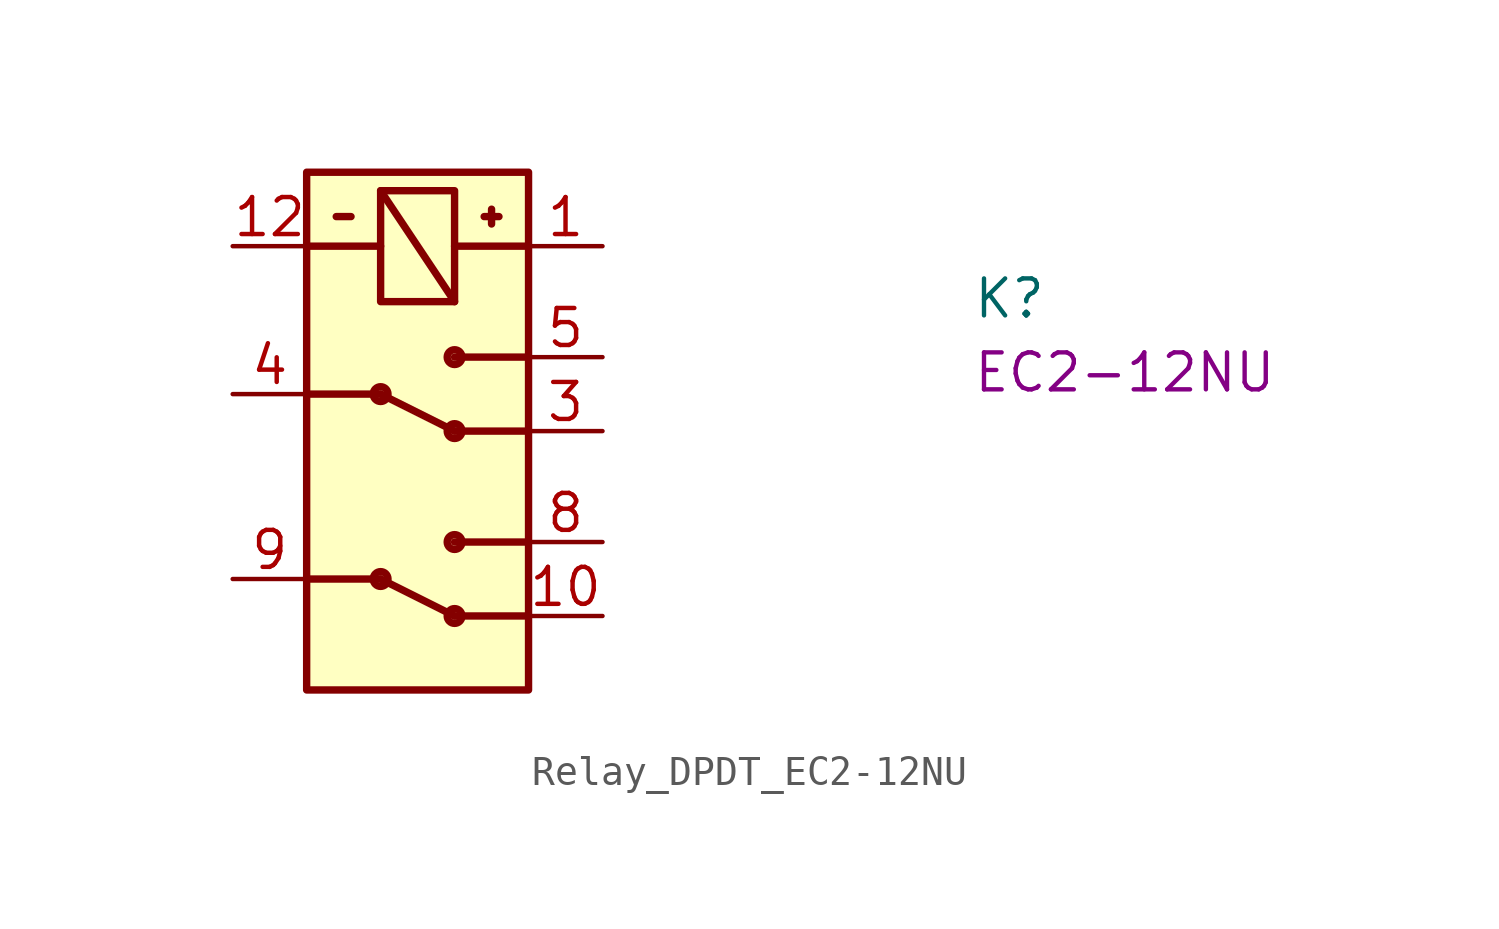
<source format=kicad_sym>
(kicad_symbol_lib
  (version 20220914)
  (generator kicad_symbol_editor)
  (symbol "Relay_DPDT_EC2-12NU"
    (pin_names hide)
    (property "Reference" "K"
      (at 25.4 -2.54 0)
      (effects (font (size 1.27 1.27) (thickness 0.15)) (justify left bottom)))
    (property "MPN" "EC2-12NU"
      (at 25.4 -5.08 0)
      (effects (font (size 1.27 1.27) (thickness 0.15)) (justify left bottom)))
    (symbol "Relay_DPDT_EC2-12NU_1_1"
      (polyline (pts (xy 2.54 -11.43) (xy 5.08 -11.43)) (stroke (width 0.254) (type default)) (fill (type background)))
      (polyline (pts (xy 2.54 -5.08) (xy 5.08 -5.08)) (stroke (width 0.254) (type default)) (fill (type background)))
      (polyline (pts (xy 2.54 0) (xy 5.08 0)) (stroke (width 0.254) (type default)) (fill (type background)))
      (polyline (pts (xy 3.556 1.016) (xy 4.064 1.016)) (stroke (width 0.254) (type default)) (fill (type background)))
      (polyline (pts (xy 5.08 -11.43) (xy 7.62 -12.7)) (stroke (width 0.254) (type default)) (fill (type background)))
      (polyline (pts (xy 5.08 -5.08) (xy 7.62 -6.35)) (stroke (width 0.254) (type default)) (fill (type background)))
      (polyline (pts (xy 5.08 1.905) (xy 7.62 -1.905)) (stroke (width 0.254) (type default)) (fill (type background)))
      (polyline (pts (xy 7.62 0) (xy 10.16 0)) (stroke (width 0.254) (type default)) (fill (type background)))
      (polyline (pts (xy 8.89 1.27) (xy 8.89 0.762)) (stroke (width 0.254) (type default)) (fill (type background)))
      (polyline (pts (xy 9.144 1.016) (xy 8.636 1.016)) (stroke (width 0.254) (type default)) (fill (type background)))
      (polyline (pts (xy 10.16 -12.7) (xy 7.62 -12.7)) (stroke (width 0.254) (type default)) (fill (type background)))
      (polyline (pts (xy 10.16 -10.16) (xy 7.62 -10.16)) (stroke (width 0.254) (type default)) (fill (type background)))
      (polyline (pts (xy 10.16 -6.35) (xy 7.62 -6.35)) (stroke (width 0.254) (type default)) (fill (type background)))
      (polyline (pts (xy 10.16 -3.81) (xy 7.62 -3.81)) (stroke (width 0.254) (type default)) (fill (type background)))
      (rectangle (start 2.54 2.54) (end 10.16 -15.24) (stroke (width 0.254) (type default)) (fill (type background)))
      (circle (center 5.08 -11.43) (radius 0.254) (stroke (width 0.254) (type default)) (fill (type background)))
      (circle (center 5.08 -5.08) (radius 0.254) (stroke (width 0.254) (type default)) (fill (type background)))
      (circle (center 7.62 -12.7) (radius 0.254) (stroke (width 0.254) (type default)) (fill (type background)))
      (circle (center 7.62 -10.16) (radius 0.254) (stroke (width 0.254) (type default)) (fill (type background)))
      (circle (center 7.62 -6.35) (radius 0.254) (stroke (width 0.254) (type default)) (fill (type background)))
      (circle (center 7.62 -3.81) (radius 0.254) (stroke (width 0.254) (type default)) (fill (type background)))
      (rectangle (start 7.62 1.905) (end 5.08 -1.905) (stroke (width 0.254) (type default)) (fill (type background)))
      (pin passive line (at 12.7 0 180) (length 2.54) (name "~" (effects (font (size 1.27 1.27)))) (number "1" (effects (font (size 1.27 1.27)))))
      (pin passive line (at 12.7 -12.7 180) (length 2.54) (name "NC2" (effects (font (size 1.27 1.27)))) (number "10" (effects (font (size 1.27 1.27)))))
      (pin passive line (at 0 0 0) (length 2.54) (name "~" (effects (font (size 1.27 1.27)))) (number "12" (effects (font (size 1.27 1.27)))))
      (pin passive line (at 12.7 -6.35 180) (length 2.54) (name "NC1" (effects (font (size 1.27 1.27)))) (number "3" (effects (font (size 1.27 1.27)))))
      (pin passive line (at 0 -5.08 0) (length 2.54) (name "COM1" (effects (font (size 1.27 1.27)))) (number "4" (effects (font (size 1.27 1.27)))))
      (pin passive line (at 12.7 -3.81 180) (length 2.54) (name "NO1" (effects (font (size 1.27 1.27)))) (number "5" (effects (font (size 1.27 1.27)))))
      (pin passive line (at 12.7 -10.16 180) (length 2.54) (name "NO2" (effects (font (size 1.27 1.27)))) (number "8" (effects (font (size 1.27 1.27)))))
      (pin passive line (at 0 -11.43 0) (length 2.54) (name "COM2" (effects (font (size 1.27 1.27)))) (number "9" (effects (font (size 1.27 1.27))))))))
</source>
